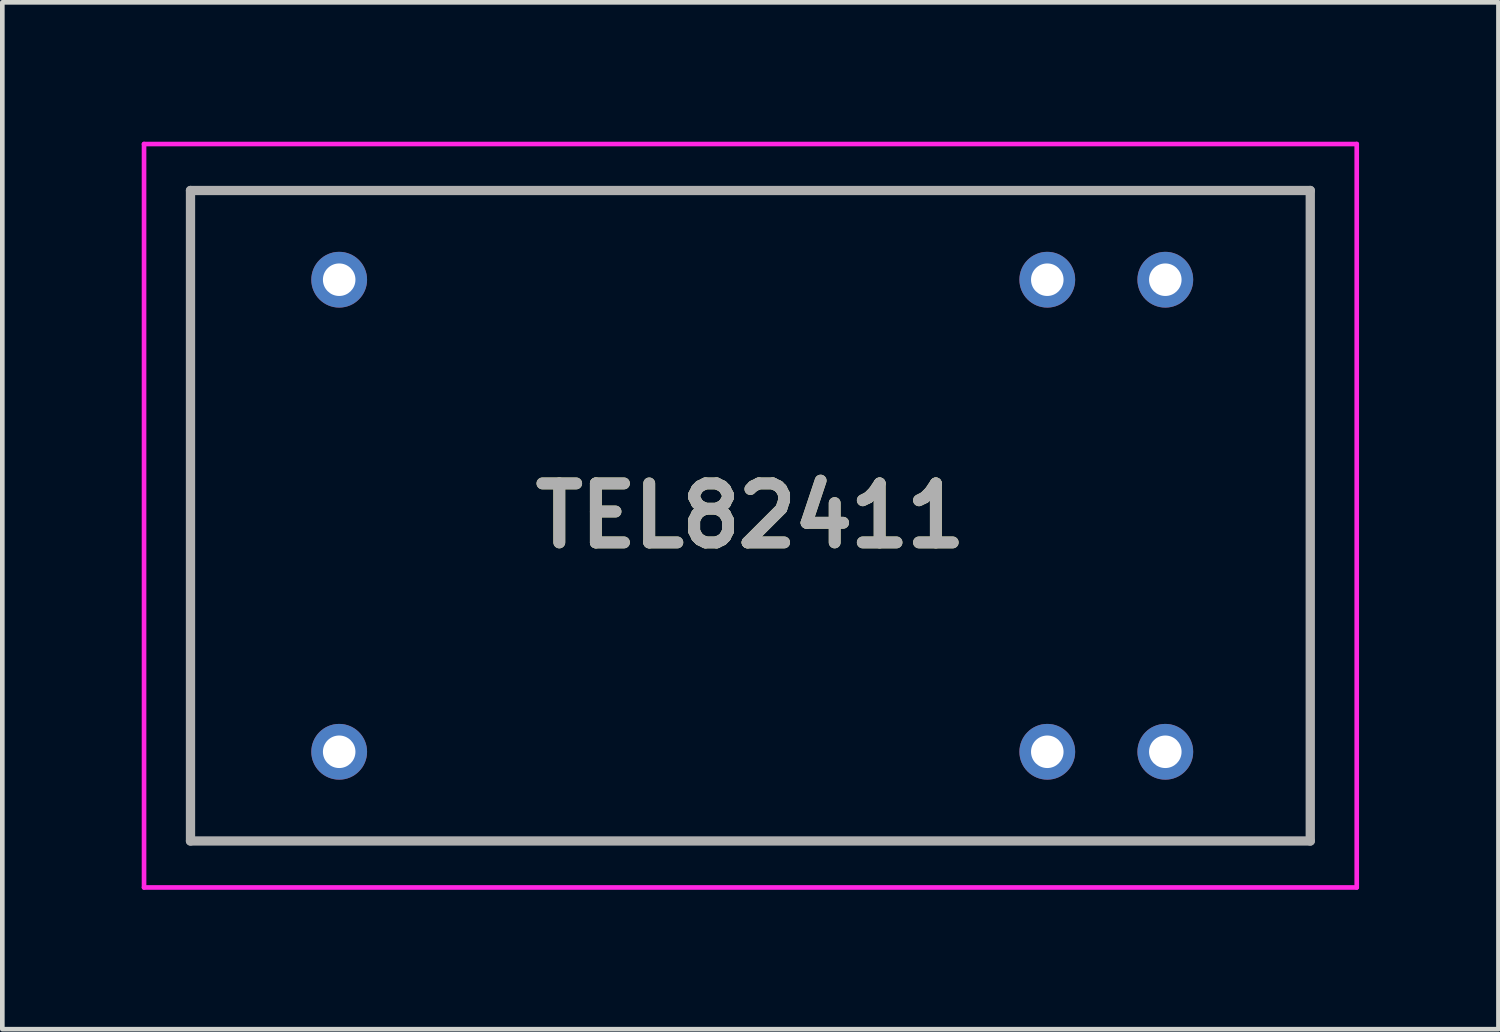
<source format=kicad_pcb>
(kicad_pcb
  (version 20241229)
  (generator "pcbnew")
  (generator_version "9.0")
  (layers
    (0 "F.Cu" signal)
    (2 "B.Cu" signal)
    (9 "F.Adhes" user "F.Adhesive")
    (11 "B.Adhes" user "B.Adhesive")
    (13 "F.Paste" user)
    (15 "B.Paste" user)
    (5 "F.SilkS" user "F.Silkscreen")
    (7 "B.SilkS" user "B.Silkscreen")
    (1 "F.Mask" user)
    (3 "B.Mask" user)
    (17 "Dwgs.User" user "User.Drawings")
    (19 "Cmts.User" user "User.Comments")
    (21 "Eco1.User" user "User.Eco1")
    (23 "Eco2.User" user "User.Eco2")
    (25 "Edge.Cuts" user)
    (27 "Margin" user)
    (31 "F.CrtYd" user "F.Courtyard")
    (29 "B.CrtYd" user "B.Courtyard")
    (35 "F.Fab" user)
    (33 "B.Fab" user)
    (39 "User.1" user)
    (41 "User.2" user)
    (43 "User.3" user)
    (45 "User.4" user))
  (footprint "TEL82411"
    (layer "F.Cu")
    (at 4.25 13.13)
    (property "Reference" "TEL82411" (at 8.85 -5.08 0) (layer "F.SilkS") (effects (font (size 1.27 1.27) (thickness 0.254))))
    (attr through_hole)
    (fp_line (start -3.2 -12.08) (end -3.2 1.92) (stroke (width 0.1) (type solid)) (layer "F.SilkS"))
    (fp_line (start -3.2 1.92) (end 20.9 1.92) (stroke (width 0.1) (type solid)) (layer "F.SilkS"))
    (fp_line (start 20.9 -12.08) (end -3.2 -12.08) (stroke (width 0.1) (type solid)) (layer "F.SilkS"))
    (fp_line (start 20.9 1.92) (end 20.9 -12.08) (stroke (width 0.1) (type solid)) (layer "F.SilkS"))
    (fp_line (start -4.2 -13.08) (end -4.2 2.92) (stroke (width 0.1) (type solid)) (layer "F.CrtYd"))
    (fp_line (start -4.2 2.92) (end 21.9 2.92) (stroke (width 0.1) (type solid)) (layer "F.CrtYd"))
    (fp_line (start 21.9 -13.08) (end -4.2 -13.08) (stroke (width 0.1) (type solid)) (layer "F.CrtYd"))
    (fp_line (start 21.9 2.92) (end 21.9 -13.08) (stroke (width 0.1) (type solid)) (layer "F.CrtYd"))
    (fp_line (start -3.2 -12.08) (end 20.9 -12.08) (stroke (width 0.2) (type solid)) (layer "F.Fab"))
    (fp_line (start -3.2 1.92) (end -3.2 -12.08) (stroke (width 0.2) (type solid)) (layer "F.Fab"))
    (fp_line (start 20.9 -12.08) (end 20.9 1.92) (stroke (width 0.2) (type solid)) (layer "F.Fab"))
    (fp_line (start 20.9 1.92) (end -3.2 1.92) (stroke (width 0.2) (type solid)) (layer "F.Fab"))
    (fp_text user "${REFERENCE}" (at 8.85 -5.08 0) (layer "F.Fab") (effects (font (size 1.27 1.27) (thickness 0.254))))
    (pad "1" thru_hole circle (at 0 0) (size 1.2 1.2) (drill 0.7) (layers "*.Cu" "*.Mask"))
    (pad "7" thru_hole circle (at 15.24 0) (size 1.2 1.2) (drill 0.7) (layers "*.Cu" "*.Mask"))
    (pad "8" thru_hole circle (at 17.78 0) (size 1.2 1.2) (drill 0.7) (layers "*.Cu" "*.Mask"))
    (pad "9" thru_hole circle (at 17.78 -10.16) (size 1.2 1.2) (drill 0.7) (layers "*.Cu" "*.Mask"))
    (pad "10" thru_hole circle (at 15.24 -10.16) (size 1.2 1.2) (drill 0.7) (layers "*.Cu" "*.Mask"))
    (pad "16" thru_hole circle (at 0 -10.16) (size 1.2 1.2) (drill 0.7) (layers "*.Cu" "*.Mask")))
  (gr_rect
    (start -3 -3)
    (end 29.2 19.1)
    (stroke (width 0.1) (type default))
    (fill no)
    (layer "Edge.Cuts")))
</source>
